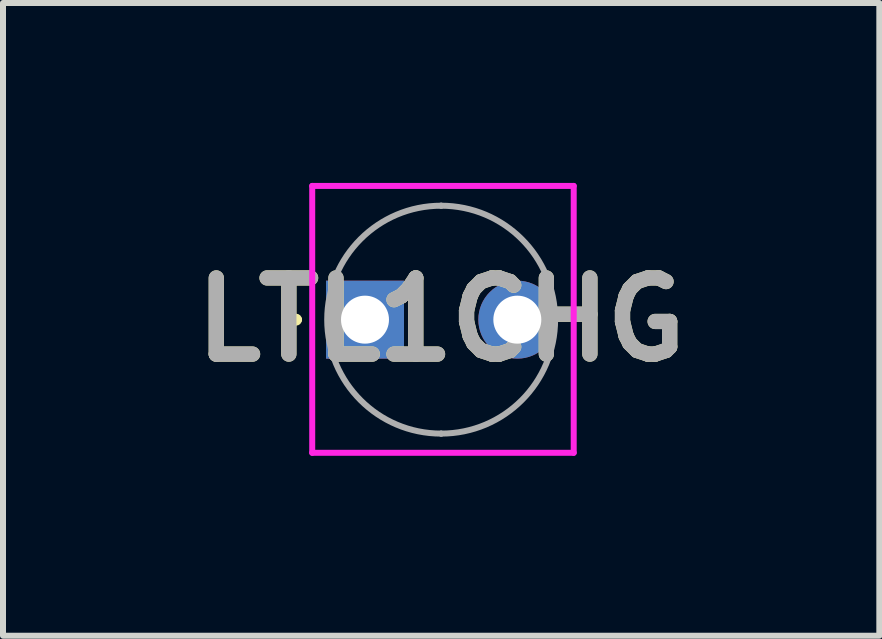
<source format=kicad_pcb>
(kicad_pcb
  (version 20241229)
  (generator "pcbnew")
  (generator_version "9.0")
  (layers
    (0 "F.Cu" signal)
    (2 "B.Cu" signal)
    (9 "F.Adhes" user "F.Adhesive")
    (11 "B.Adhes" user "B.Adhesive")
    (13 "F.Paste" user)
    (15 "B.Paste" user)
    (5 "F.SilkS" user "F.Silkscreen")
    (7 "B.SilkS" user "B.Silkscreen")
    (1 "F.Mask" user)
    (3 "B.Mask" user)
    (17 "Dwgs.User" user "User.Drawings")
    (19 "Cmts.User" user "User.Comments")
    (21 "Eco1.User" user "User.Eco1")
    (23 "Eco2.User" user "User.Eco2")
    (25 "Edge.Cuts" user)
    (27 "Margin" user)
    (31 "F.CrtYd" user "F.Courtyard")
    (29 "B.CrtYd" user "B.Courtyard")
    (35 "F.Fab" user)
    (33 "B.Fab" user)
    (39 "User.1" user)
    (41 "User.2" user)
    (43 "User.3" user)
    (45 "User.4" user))
  (footprint "LTL1CHG"
    (layer "F.Cu")
    (at 3.036 2.28)
    (property "Reference" "LTL1CHG" (at 1.27 0 0) (layer "F.SilkS") (effects (font (size 1.27 1.27) (thickness 0.254))))
    (attr through_hole)
    (fp_line (start -1.2 0) (end -1.2 0) (stroke (width 0.1) (type solid)) (layer "F.SilkS"))
    (fp_line (start -1.1 0) (end -1.1 0) (stroke (width 0.1) (type solid)) (layer "F.SilkS"))
    (fp_arc (start -1.2 0) (mid -1.15 -0.05) (end -1.1 0) (stroke (width 0.1) (type solid)) (layer "F.SilkS"))
    (fp_arc (start -1.1 0) (mid -1.15 0.05) (end -1.2 0) (stroke (width 0.1) (type solid)) (layer "F.SilkS"))
    (fp_line (start -0.88 -2.23) (end 3.48 -2.23) (stroke (width 0.1) (type solid)) (layer "F.CrtYd"))
    (fp_line (start -0.88 2.22) (end -0.88 -2.23) (stroke (width 0.1) (type solid)) (layer "F.CrtYd"))
    (fp_line (start 3.48 -2.23) (end 3.48 2.22) (stroke (width 0.1) (type solid)) (layer "F.CrtYd"))
    (fp_line (start 3.48 2.22) (end -0.88 2.22) (stroke (width 0.1) (type solid)) (layer "F.CrtYd"))
    (fp_line (start 1.27 -1.9) (end 1.27 -1.9) (stroke (width 0.1) (type solid)) (layer "F.Fab"))
    (fp_line (start 1.27 1.9) (end 1.27 1.9) (stroke (width 0.1) (type solid)) (layer "F.Fab"))
    (fp_arc (start 1.27 -1.9) (mid 3.17 0) (end 1.27 1.9) (stroke (width 0.1) (type solid)) (layer "F.Fab"))
    (fp_arc (start 1.27 1.9) (mid -0.63 0) (end 1.27 -1.9) (stroke (width 0.1) (type solid)) (layer "F.Fab"))
    (fp_text user "${REFERENCE}" (at 1.27 0 0) (layer "F.Fab") (effects (font (size 1.27 1.27) (thickness 0.254))))
    (pad "1" thru_hole rect (at 0 0) (size 1.3 1.3) (drill 0.8) (layers "*.Cu" "*.Mask"))
    (pad "2" thru_hole circle (at 2.54 0) (size 1.3 1.3) (drill 0.8) (layers "*.Cu" "*.Mask")))
  (gr_rect
    (start -3 -3)
    (end 11.612 7.55)
    (stroke (width 0.1) (type default))
    (fill no)
    (layer "Edge.Cuts")))
</source>
